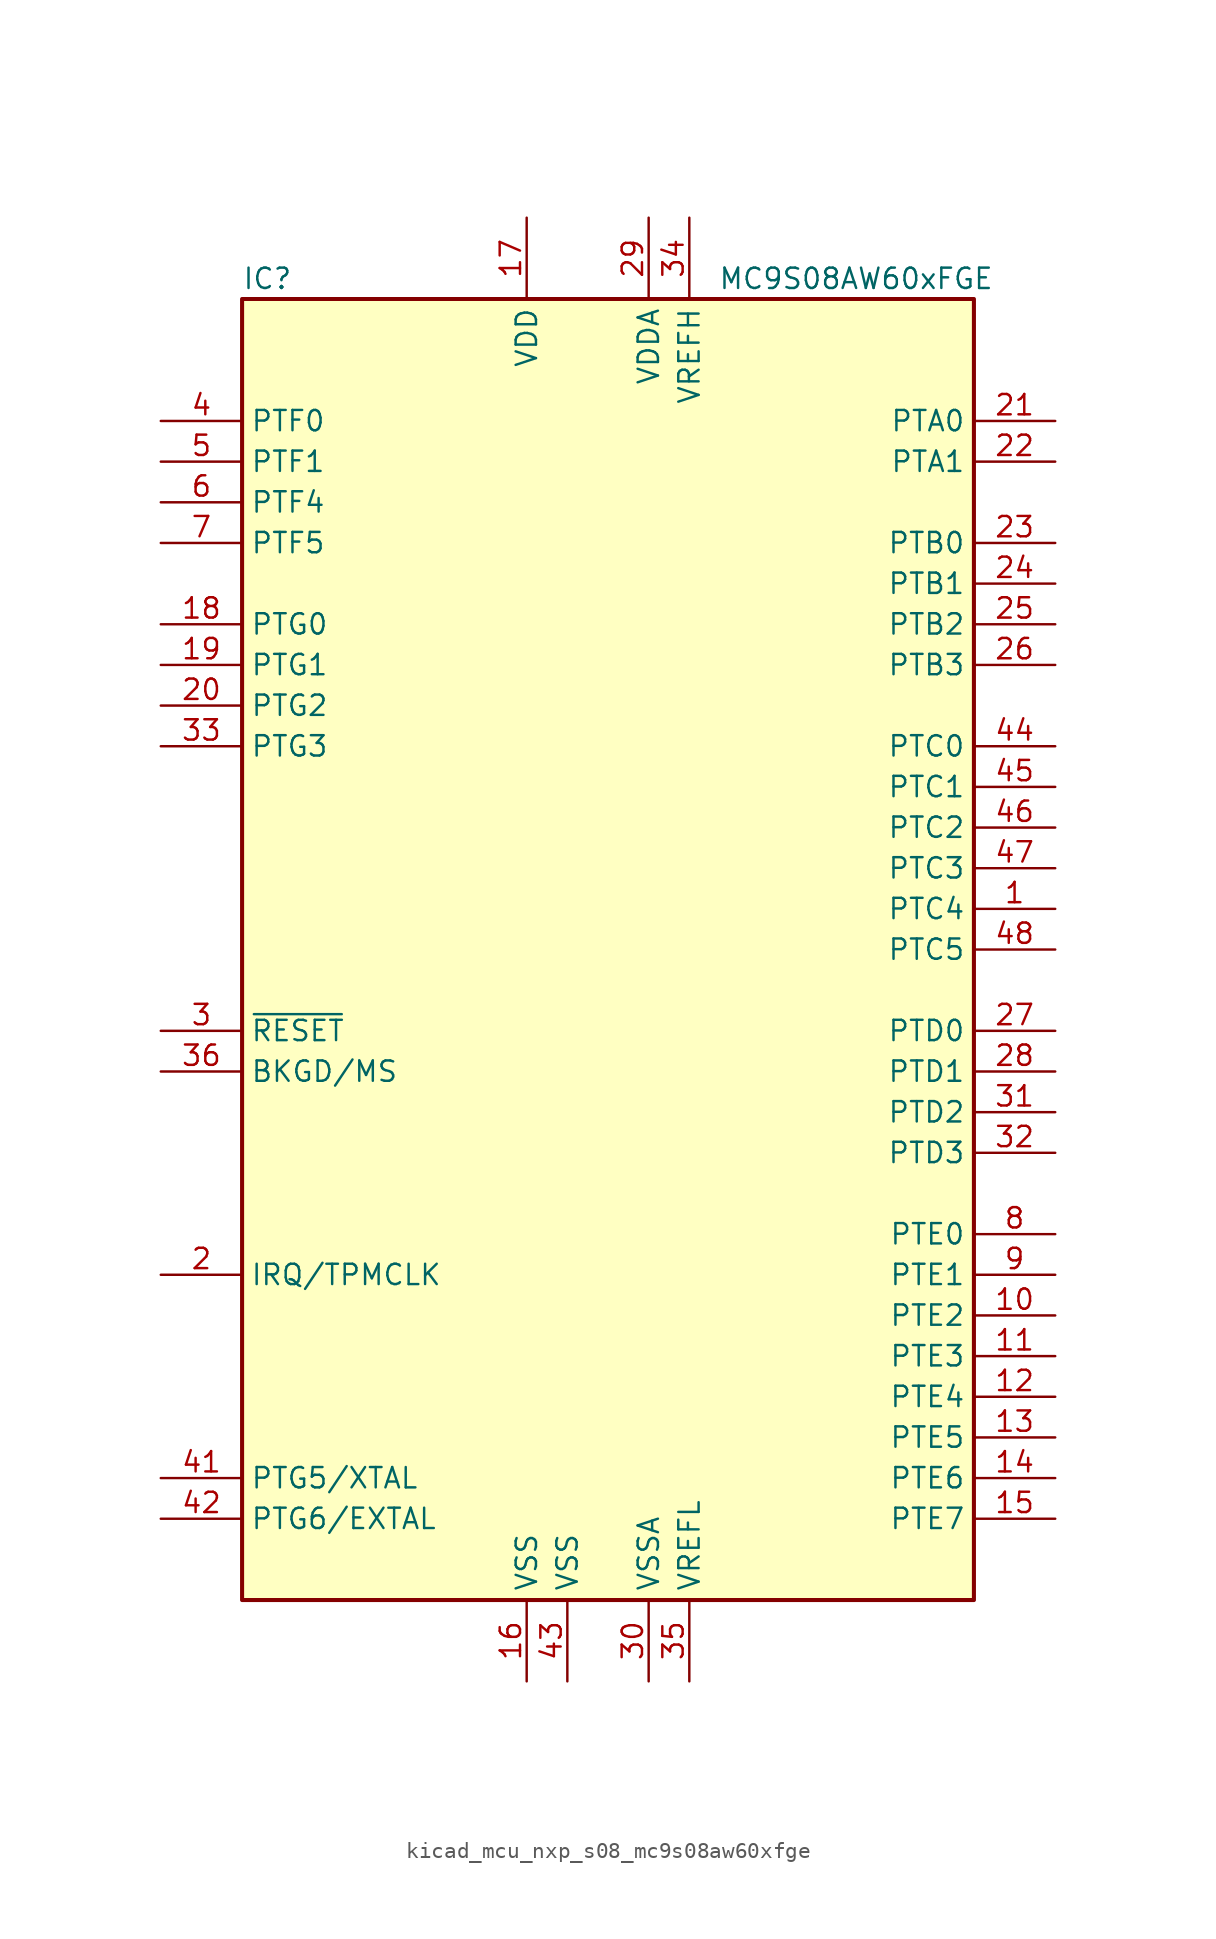
<source format=kicad_sym>
(kicad_symbol_lib
  (version 20220914)
  (generator kicad_symbol_editor)
  (symbol "kicad_mcu_nxp_s08_mc9s08aw60xfge"
    (property "Reference" "IC"
      (at -22.86 41.91 0)
      (effects (font (size 1.27 1.27)) (justify left)))
    (property "Value" "MC9S08AW60xFGE"
      (at 24.13 41.91 0)
      (effects (font (size 1.27 1.27)) (justify right)))
    (symbol "kicad_mcu_nxp_s08_mc9s08aw60xfge_0_1"
      (rectangle (start -22.86 40.64) (end 22.86 -40.64) (stroke (width 0.254) (type default)) (fill (type background))))
    (symbol "kicad_mcu_nxp_s08_mc9s08aw60xfge_1_1"
      (pin bidirectional line (at 27.94 2.54 180) (length 5.08) (name "PTC4" (effects (font (size 1.27 1.27)))) (number "1" (effects (font (size 1.27 1.27)))))
      (pin bidirectional line (at 27.94 -22.86 180) (length 5.08) (name "PTE2" (effects (font (size 1.27 1.27)))) (number "10" (effects (font (size 1.27 1.27)))))
      (pin bidirectional line (at 27.94 -25.4 180) (length 5.08) (name "PTE3" (effects (font (size 1.27 1.27)))) (number "11" (effects (font (size 1.27 1.27)))))
      (pin bidirectional line (at 27.94 -27.94 180) (length 5.08) (name "PTE4" (effects (font (size 1.27 1.27)))) (number "12" (effects (font (size 1.27 1.27)))))
      (pin bidirectional line (at 27.94 -30.48 180) (length 5.08) (name "PTE5" (effects (font (size 1.27 1.27)))) (number "13" (effects (font (size 1.27 1.27)))))
      (pin bidirectional line (at 27.94 -33.02 180) (length 5.08) (name "PTE6" (effects (font (size 1.27 1.27)))) (number "14" (effects (font (size 1.27 1.27)))))
      (pin bidirectional line (at 27.94 -35.56 180) (length 5.08) (name "PTE7" (effects (font (size 1.27 1.27)))) (number "15" (effects (font (size 1.27 1.27)))))
      (pin power_in line (at -5.08 -45.72 90) (length 5.08) (name "VSS" (effects (font (size 1.27 1.27)))) (number "16" (effects (font (size 1.27 1.27)))))
      (pin power_in line (at -5.08 45.72 270) (length 5.08) (name "VDD" (effects (font (size 1.27 1.27)))) (number "17" (effects (font (size 1.27 1.27)))))
      (pin bidirectional line (at -27.94 20.32 0) (length 5.08) (name "PTG0" (effects (font (size 1.27 1.27)))) (number "18" (effects (font (size 1.27 1.27)))))
      (pin bidirectional line (at -27.94 17.78 0) (length 5.08) (name "PTG1" (effects (font (size 1.27 1.27)))) (number "19" (effects (font (size 1.27 1.27)))))
      (pin input line (at -27.94 -20.32 0) (length 5.08) (name "IRQ/TPMCLK" (effects (font (size 1.27 1.27)))) (number "2" (effects (font (size 1.27 1.27)))))
      (pin bidirectional line (at -27.94 15.24 0) (length 5.08) (name "PTG2" (effects (font (size 1.27 1.27)))) (number "20" (effects (font (size 1.27 1.27)))))
      (pin bidirectional line (at 27.94 33.02 180) (length 5.08) (name "PTA0" (effects (font (size 1.27 1.27)))) (number "21" (effects (font (size 1.27 1.27)))))
      (pin bidirectional line (at 27.94 30.48 180) (length 5.08) (name "PTA1" (effects (font (size 1.27 1.27)))) (number "22" (effects (font (size 1.27 1.27)))))
      (pin bidirectional line (at 27.94 25.4 180) (length 5.08) (name "PTB0" (effects (font (size 1.27 1.27)))) (number "23" (effects (font (size 1.27 1.27)))))
      (pin bidirectional line (at 27.94 22.86 180) (length 5.08) (name "PTB1" (effects (font (size 1.27 1.27)))) (number "24" (effects (font (size 1.27 1.27)))))
      (pin bidirectional line (at 27.94 20.32 180) (length 5.08) (name "PTB2" (effects (font (size 1.27 1.27)))) (number "25" (effects (font (size 1.27 1.27)))))
      (pin bidirectional line (at 27.94 17.78 180) (length 5.08) (name "PTB3" (effects (font (size 1.27 1.27)))) (number "26" (effects (font (size 1.27 1.27)))))
      (pin bidirectional line (at 27.94 -5.08 180) (length 5.08) (name "PTD0" (effects (font (size 1.27 1.27)))) (number "27" (effects (font (size 1.27 1.27)))))
      (pin bidirectional line (at 27.94 -7.62 180) (length 5.08) (name "PTD1" (effects (font (size 1.27 1.27)))) (number "28" (effects (font (size 1.27 1.27)))))
      (pin power_in line (at 2.54 45.72 270) (length 5.08) (name "VDDA" (effects (font (size 1.27 1.27)))) (number "29" (effects (font (size 1.27 1.27)))))
      (pin input line (at -27.94 -5.08 0) (length 5.08) (name "~{RESET}" (effects (font (size 1.27 1.27)))) (number "3" (effects (font (size 1.27 1.27)))))
      (pin power_in line (at 2.54 -45.72 90) (length 5.08) (name "VSSA" (effects (font (size 1.27 1.27)))) (number "30" (effects (font (size 1.27 1.27)))))
      (pin bidirectional line (at 27.94 -10.16 180) (length 5.08) (name "PTD2" (effects (font (size 1.27 1.27)))) (number "31" (effects (font (size 1.27 1.27)))))
      (pin bidirectional line (at 27.94 -12.7 180) (length 5.08) (name "PTD3" (effects (font (size 1.27 1.27)))) (number "32" (effects (font (size 1.27 1.27)))))
      (pin bidirectional line (at -27.94 12.7 0) (length 5.08) (name "PTG3" (effects (font (size 1.27 1.27)))) (number "33" (effects (font (size 1.27 1.27)))))
      (pin power_in line (at 5.08 45.72 270) (length 5.08) (name "VREFH" (effects (font (size 1.27 1.27)))) (number "34" (effects (font (size 1.27 1.27)))))
      (pin power_in line (at 5.08 -45.72 90) (length 5.08) (name "VREFL" (effects (font (size 1.27 1.27)))) (number "35" (effects (font (size 1.27 1.27)))))
      (pin bidirectional line (at -27.94 -7.62 0) (length 5.08) (name "BKGD/MS" (effects (font (size 1.27 1.27)))) (number "36" (effects (font (size 1.27 1.27)))))
      (pin bidirectional line (at -27.94 33.02 0) (length 5.08) (name "PTF0" (effects (font (size 1.27 1.27)))) (number "4" (effects (font (size 1.27 1.27)))))
      (pin bidirectional line (at -27.94 -33.02 0) (length 5.08) (name "PTG5/XTAL" (effects (font (size 1.27 1.27)))) (number "41" (effects (font (size 1.27 1.27)))))
      (pin bidirectional line (at -27.94 -35.56 0) (length 5.08) (name "PTG6/EXTAL" (effects (font (size 1.27 1.27)))) (number "42" (effects (font (size 1.27 1.27)))))
      (pin power_in line (at -2.54 -45.72 90) (length 5.08) (name "VSS" (effects (font (size 1.27 1.27)))) (number "43" (effects (font (size 1.27 1.27)))))
      (pin bidirectional line (at 27.94 12.7 180) (length 5.08) (name "PTC0" (effects (font (size 1.27 1.27)))) (number "44" (effects (font (size 1.27 1.27)))))
      (pin bidirectional line (at 27.94 10.16 180) (length 5.08) (name "PTC1" (effects (font (size 1.27 1.27)))) (number "45" (effects (font (size 1.27 1.27)))))
      (pin bidirectional line (at 27.94 7.62 180) (length 5.08) (name "PTC2" (effects (font (size 1.27 1.27)))) (number "46" (effects (font (size 1.27 1.27)))))
      (pin bidirectional line (at 27.94 5.08 180) (length 5.08) (name "PTC3" (effects (font (size 1.27 1.27)))) (number "47" (effects (font (size 1.27 1.27)))))
      (pin bidirectional line (at 27.94 0 180) (length 5.08) (name "PTC5" (effects (font (size 1.27 1.27)))) (number "48" (effects (font (size 1.27 1.27)))))
      (pin bidirectional line (at -27.94 30.48 0) (length 5.08) (name "PTF1" (effects (font (size 1.27 1.27)))) (number "5" (effects (font (size 1.27 1.27)))))
      (pin bidirectional line (at -27.94 27.94 0) (length 5.08) (name "PTF4" (effects (font (size 1.27 1.27)))) (number "6" (effects (font (size 1.27 1.27)))))
      (pin bidirectional line (at -27.94 25.4 0) (length 5.08) (name "PTF5" (effects (font (size 1.27 1.27)))) (number "7" (effects (font (size 1.27 1.27)))))
      (pin bidirectional line (at 27.94 -17.78 180) (length 5.08) (name "PTE0" (effects (font (size 1.27 1.27)))) (number "8" (effects (font (size 1.27 1.27)))))
      (pin bidirectional line (at 27.94 -20.32 180) (length 5.08) (name "PTE1" (effects (font (size 1.27 1.27)))) (number "9" (effects (font (size 1.27 1.27))))))))
</source>
